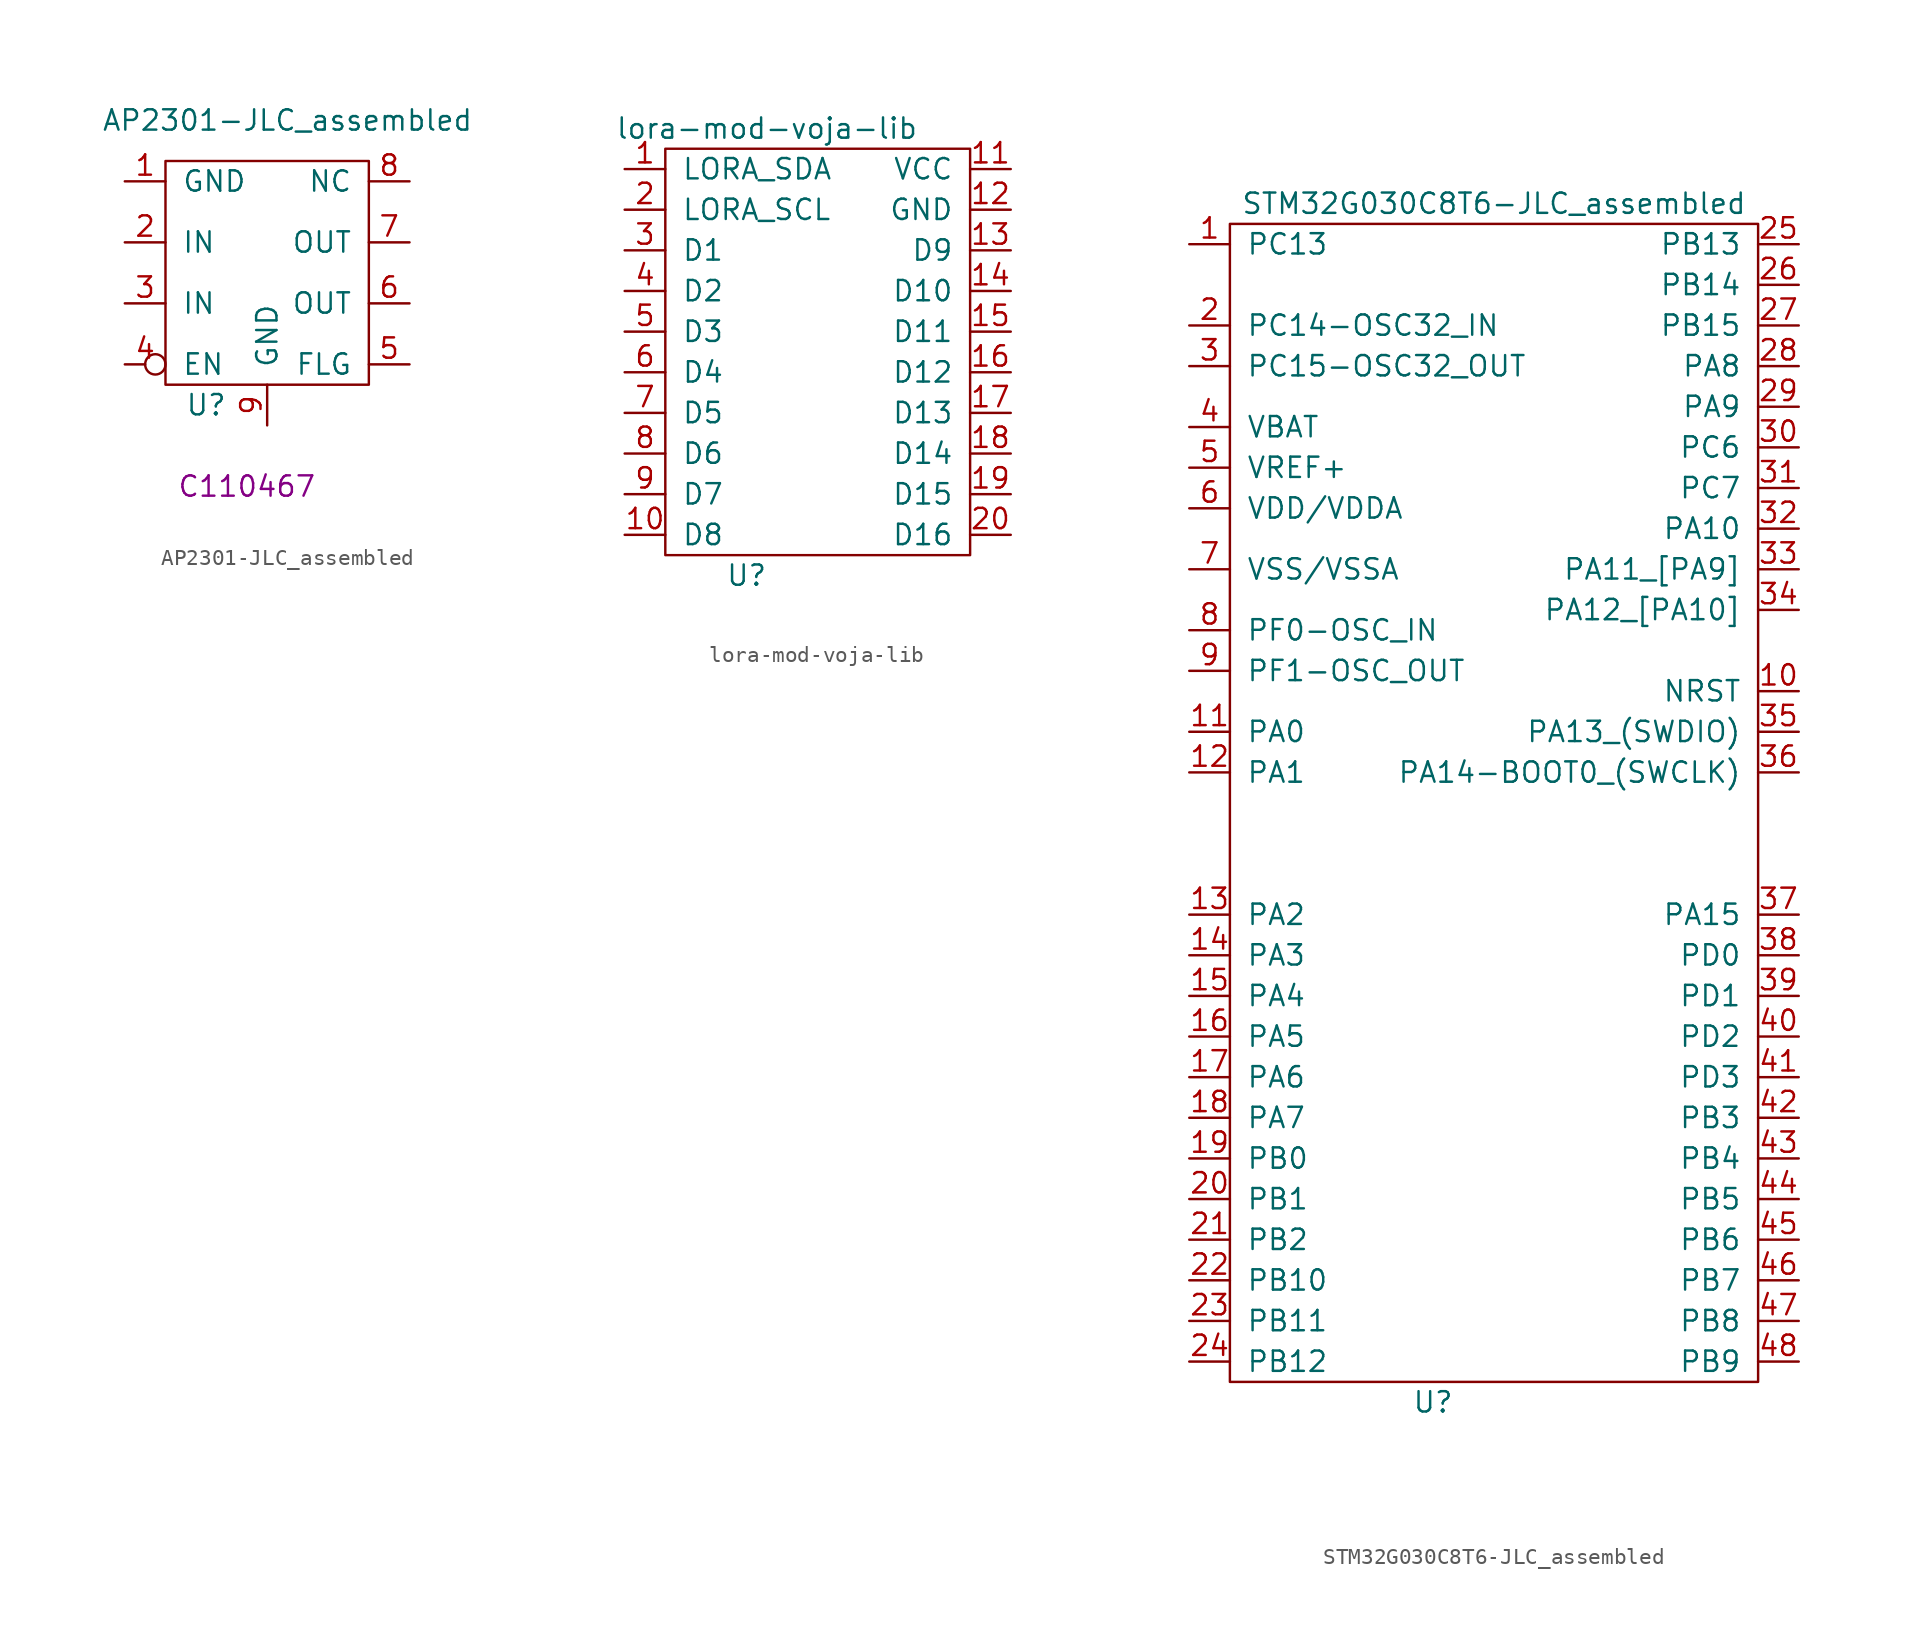
<source format=kicad_sym>
(kicad_symbol_lib
  (version 20231120)
  (generator "kicad_symbol_editor")
  (generator_version "8.0")
  (symbol "AP2301-JLC_assembled"
    (pin_names
      (offset 1.016))
    (property "Reference" "U"
      (at -2.54 -7.62 0)
      (effects (font (size 1.27 1.27))))
    (property "Value" "AP2301-JLC_assembled"
      (at 2.54 10.16 0)
      (effects (font (size 1.27 1.27))))
    (property "Description" "C110467"
      (at 0 -12.7 0)
      (effects (font (size 1.27 1.27))))
    (symbol "AP2301-JLC_assembled_0_1"
      (rectangle (start 7.62 -6.35) (end -5.08 7.62) (stroke (width 0) (type solid)) (fill (type none))))
    (symbol "AP2301-JLC_assembled_1_1"
      (pin power_in line (at -7.62 6.35 0) (length 2.54) (name "GND" (effects (font (size 1.27 1.27)))) (number "1" (effects (font (size 1.27 1.27)))))
      (pin power_in line (at -7.62 2.54 0) (length 2.54) (name "IN" (effects (font (size 1.27 1.27)))) (number "2" (effects (font (size 1.27 1.27)))))
      (pin power_in line (at -7.62 -1.27 0) (length 2.54) (name "IN" (effects (font (size 1.27 1.27)))) (number "3" (effects (font (size 1.27 1.27)))))
      (pin input inverted (at -7.62 -5.08 0) (length 2.54) (name "EN" (effects (font (size 1.27 1.27)))) (number "4" (effects (font (size 1.27 1.27)))))
      (pin output line (at 10.16 -5.08 180) (length 2.54) (name "FLG" (effects (font (size 1.27 1.27)))) (number "5" (effects (font (size 1.27 1.27)))))
      (pin power_out line (at 10.16 -1.27 180) (length 2.54) (name "OUT" (effects (font (size 1.27 1.27)))) (number "6" (effects (font (size 1.27 1.27)))))
      (pin power_out line (at 10.16 2.54 180) (length 2.54) (name "OUT" (effects (font (size 1.27 1.27)))) (number "7" (effects (font (size 1.27 1.27)))))
      (pin passive line (at 10.16 6.35 180) (length 2.54) (name "NC" (effects (font (size 1.27 1.27)))) (number "8" (effects (font (size 1.27 1.27)))))
      (pin power_in line (at 1.27 -8.89 90) (length 2.54) (name "GND" (effects (font (size 1.27 1.27)))) (number "9" (effects (font (size 1.27 1.27)))))))
  (symbol "lora-mod-voja-lib"
    (pin_names
      (offset 1.016))
    (property "Reference" "U"
      (at -5.08 -16.51 0)
      (effects (font (size 1.27 1.27))))
    (property "Value" "lora-mod-voja-lib"
      (at -3.81 11.43 0)
      (effects (font (size 1.27 1.27))))
    (symbol "lora-mod-voja-lib_0_1"
      (rectangle (start 8.89 -15.24) (end -10.16 10.16) (stroke (width 0) (type solid)) (fill (type none))))
    (symbol "lora-mod-voja-lib_1_1"
      (pin power_out line (at -12.7 8.89 0) (length 2.54) (name "LORA_SDA" (effects (font (size 1.27 1.27)))) (number "1" (effects (font (size 1.27 1.27)))))
      (pin power_out line (at -12.7 -13.97 0) (length 2.54) (name "D8" (effects (font (size 1.27 1.27)))) (number "10" (effects (font (size 1.27 1.27)))))
      (pin power_out line (at 11.43 8.89 180) (length 2.54) (name "VCC" (effects (font (size 1.27 1.27)))) (number "11" (effects (font (size 1.27 1.27)))))
      (pin power_out line (at 11.43 6.35 180) (length 2.54) (name "GND" (effects (font (size 1.27 1.27)))) (number "12" (effects (font (size 1.27 1.27)))))
      (pin power_out line (at 11.43 3.81 180) (length 2.54) (name "D9" (effects (font (size 1.27 1.27)))) (number "13" (effects (font (size 1.27 1.27)))))
      (pin power_out line (at 11.43 1.27 180) (length 2.54) (name "D10" (effects (font (size 1.27 1.27)))) (number "14" (effects (font (size 1.27 1.27)))))
      (pin power_out line (at 11.43 -1.27 180) (length 2.54) (name "D11" (effects (font (size 1.27 1.27)))) (number "15" (effects (font (size 1.27 1.27)))))
      (pin power_out line (at 11.43 -3.81 180) (length 2.54) (name "D12" (effects (font (size 1.27 1.27)))) (number "16" (effects (font (size 1.27 1.27)))))
      (pin power_out line (at 11.43 -6.35 180) (length 2.54) (name "D13" (effects (font (size 1.27 1.27)))) (number "17" (effects (font (size 1.27 1.27)))))
      (pin power_out line (at 11.43 -8.89 180) (length 2.54) (name "D14" (effects (font (size 1.27 1.27)))) (number "18" (effects (font (size 1.27 1.27)))))
      (pin power_out line (at 11.43 -11.43 180) (length 2.54) (name "D15" (effects (font (size 1.27 1.27)))) (number "19" (effects (font (size 1.27 1.27)))))
      (pin power_out line (at -12.7 6.35 0) (length 2.54) (name "LORA_SCL" (effects (font (size 1.27 1.27)))) (number "2" (effects (font (size 1.27 1.27)))))
      (pin power_out line (at 11.43 -13.97 180) (length 2.54) (name "D16" (effects (font (size 1.27 1.27)))) (number "20" (effects (font (size 1.27 1.27)))))
      (pin power_out line (at -12.7 3.81 0) (length 2.54) (name "D1" (effects (font (size 1.27 1.27)))) (number "3" (effects (font (size 1.27 1.27)))))
      (pin power_out line (at -12.7 1.27 0) (length 2.54) (name "D2" (effects (font (size 1.27 1.27)))) (number "4" (effects (font (size 1.27 1.27)))))
      (pin power_out line (at -12.7 -1.27 0) (length 2.54) (name "D3" (effects (font (size 1.27 1.27)))) (number "5" (effects (font (size 1.27 1.27)))))
      (pin power_out line (at -12.7 -3.81 0) (length 2.54) (name "D4" (effects (font (size 1.27 1.27)))) (number "6" (effects (font (size 1.27 1.27)))))
      (pin power_out line (at -12.7 -6.35 0) (length 2.54) (name "D5" (effects (font (size 1.27 1.27)))) (number "7" (effects (font (size 1.27 1.27)))))
      (pin power_out line (at -12.7 -8.89 0) (length 2.54) (name "D6" (effects (font (size 1.27 1.27)))) (number "8" (effects (font (size 1.27 1.27)))))
      (pin power_out line (at -12.7 -11.43 0) (length 2.54) (name "D7" (effects (font (size 1.27 1.27)))) (number "9" (effects (font (size 1.27 1.27)))))))
  (symbol "STM32G030C8T6-JLC_assembled"
    (pin_names
      (offset 1.016))
    (property "Reference" "U"
      (at -3.81 -36.83 0)
      (effects (font (size 1.27 1.27))))
    (property "Value" "STM32G030C8T6-JLC_assembled"
      (at 0 38.1 0)
      (effects (font (size 1.27 1.27))))
    (symbol "STM32G030C8T6-JLC_assembled_0_0"
      (pin unspecified line (at -19.05 35.56 0) (length 2.54) (name "PC13" (effects (font (size 1.27 1.27)))) (number "1" (effects (font (size 1.27 1.27)))))
      (pin unspecified line (at 19.05 7.62 180) (length 2.54) (name "NRST" (effects (font (size 1.27 1.27)))) (number "10" (effects (font (size 1.27 1.27)))))
      (pin unspecified line (at -19.05 5.08 0) (length 2.54) (name "PA0" (effects (font (size 1.27 1.27)))) (number "11" (effects (font (size 1.27 1.27)))))
      (pin unspecified line (at -19.05 2.54 0) (length 2.54) (name "PA1" (effects (font (size 1.27 1.27)))) (number "12" (effects (font (size 1.27 1.27)))))
      (pin unspecified line (at -19.05 -6.35 0) (length 2.54) (name "PA2" (effects (font (size 1.27 1.27)))) (number "13" (effects (font (size 1.27 1.27)))))
      (pin unspecified line (at -19.05 -8.89 0) (length 2.54) (name "PA3" (effects (font (size 1.27 1.27)))) (number "14" (effects (font (size 1.27 1.27)))))
      (pin unspecified line (at -19.05 -11.43 0) (length 2.54) (name "PA4" (effects (font (size 1.27 1.27)))) (number "15" (effects (font (size 1.27 1.27)))))
      (pin unspecified line (at -19.05 -13.97 0) (length 2.54) (name "PA5" (effects (font (size 1.27 1.27)))) (number "16" (effects (font (size 1.27 1.27)))))
      (pin unspecified line (at -19.05 -16.51 0) (length 2.54) (name "PA6" (effects (font (size 1.27 1.27)))) (number "17" (effects (font (size 1.27 1.27)))))
      (pin unspecified line (at -19.05 -19.05 0) (length 2.54) (name "PA7" (effects (font (size 1.27 1.27)))) (number "18" (effects (font (size 1.27 1.27)))))
      (pin unspecified line (at -19.05 -21.59 0) (length 2.54) (name "PB0" (effects (font (size 1.27 1.27)))) (number "19" (effects (font (size 1.27 1.27)))))
      (pin unspecified line (at -19.05 30.48 0) (length 2.54) (name "PC14-OSC32_IN" (effects (font (size 1.27 1.27)))) (number "2" (effects (font (size 1.27 1.27)))))
      (pin unspecified line (at -19.05 -24.13 0) (length 2.54) (name "PB1" (effects (font (size 1.27 1.27)))) (number "20" (effects (font (size 1.27 1.27)))))
      (pin unspecified line (at -19.05 -26.67 0) (length 2.54) (name "PB2" (effects (font (size 1.27 1.27)))) (number "21" (effects (font (size 1.27 1.27)))))
      (pin unspecified line (at -19.05 -29.21 0) (length 2.54) (name "PB10" (effects (font (size 1.27 1.27)))) (number "22" (effects (font (size 1.27 1.27)))))
      (pin unspecified line (at -19.05 -31.75 0) (length 2.54) (name "PB11" (effects (font (size 1.27 1.27)))) (number "23" (effects (font (size 1.27 1.27)))))
      (pin unspecified line (at -19.05 -34.29 0) (length 2.54) (name "PB12" (effects (font (size 1.27 1.27)))) (number "24" (effects (font (size 1.27 1.27)))))
      (pin unspecified line (at 19.05 35.56 180) (length 2.54) (name "PB13" (effects (font (size 1.27 1.27)))) (number "25" (effects (font (size 1.27 1.27)))))
      (pin unspecified line (at 19.05 33.02 180) (length 2.54) (name "PB14" (effects (font (size 1.27 1.27)))) (number "26" (effects (font (size 1.27 1.27)))))
      (pin unspecified line (at 19.05 30.48 180) (length 2.54) (name "PB15" (effects (font (size 1.27 1.27)))) (number "27" (effects (font (size 1.27 1.27)))))
      (pin unspecified line (at 19.05 27.94 180) (length 2.54) (name "PA8" (effects (font (size 1.27 1.27)))) (number "28" (effects (font (size 1.27 1.27)))))
      (pin unspecified line (at 19.05 25.4 180) (length 2.54) (name "PA9" (effects (font (size 1.27 1.27)))) (number "29" (effects (font (size 1.27 1.27)))))
      (pin unspecified line (at -19.05 27.94 0) (length 2.54) (name "PC15-OSC32_OUT" (effects (font (size 1.27 1.27)))) (number "3" (effects (font (size 1.27 1.27)))))
      (pin unspecified line (at 19.05 22.86 180) (length 2.54) (name "PC6" (effects (font (size 1.27 1.27)))) (number "30" (effects (font (size 1.27 1.27)))))
      (pin unspecified line (at 19.05 20.32 180) (length 2.54) (name "PC7" (effects (font (size 1.27 1.27)))) (number "31" (effects (font (size 1.27 1.27)))))
      (pin unspecified line (at 19.05 17.78 180) (length 2.54) (name "PA10" (effects (font (size 1.27 1.27)))) (number "32" (effects (font (size 1.27 1.27)))))
      (pin unspecified line (at 19.05 15.24 180) (length 2.54) (name "PA11_[PA9]" (effects (font (size 1.27 1.27)))) (number "33" (effects (font (size 1.27 1.27)))))
      (pin unspecified line (at 19.05 12.7 180) (length 2.54) (name "PA12_[PA10]" (effects (font (size 1.27 1.27)))) (number "34" (effects (font (size 1.27 1.27)))))
      (pin unspecified line (at 19.05 5.08 180) (length 2.54) (name "PA13_(SWDIO)" (effects (font (size 1.27 1.27)))) (number "35" (effects (font (size 1.27 1.27)))))
      (pin unspecified line (at 19.05 2.54 180) (length 2.54) (name "PA14-BOOT0_(SWCLK)" (effects (font (size 1.27 1.27)))) (number "36" (effects (font (size 1.27 1.27)))))
      (pin unspecified line (at 19.05 -6.35 180) (length 2.54) (name "PA15" (effects (font (size 1.27 1.27)))) (number "37" (effects (font (size 1.27 1.27)))))
      (pin unspecified line (at 19.05 -8.89 180) (length 2.54) (name "PD0" (effects (font (size 1.27 1.27)))) (number "38" (effects (font (size 1.27 1.27)))))
      (pin unspecified line (at 19.05 -11.43 180) (length 2.54) (name "PD1" (effects (font (size 1.27 1.27)))) (number "39" (effects (font (size 1.27 1.27)))))
      (pin unspecified line (at -19.05 24.13 0) (length 2.54) (name "VBAT" (effects (font (size 1.27 1.27)))) (number "4" (effects (font (size 1.27 1.27)))))
      (pin unspecified line (at 19.05 -13.97 180) (length 2.54) (name "PD2" (effects (font (size 1.27 1.27)))) (number "40" (effects (font (size 1.27 1.27)))))
      (pin unspecified line (at 19.05 -16.51 180) (length 2.54) (name "PD3" (effects (font (size 1.27 1.27)))) (number "41" (effects (font (size 1.27 1.27)))))
      (pin unspecified line (at 19.05 -19.05 180) (length 2.54) (name "PB3" (effects (font (size 1.27 1.27)))) (number "42" (effects (font (size 1.27 1.27)))))
      (pin unspecified line (at 19.05 -21.59 180) (length 2.54) (name "PB4" (effects (font (size 1.27 1.27)))) (number "43" (effects (font (size 1.27 1.27)))))
      (pin unspecified line (at 19.05 -24.13 180) (length 2.54) (name "PB5" (effects (font (size 1.27 1.27)))) (number "44" (effects (font (size 1.27 1.27)))))
      (pin unspecified line (at 19.05 -26.67 180) (length 2.54) (name "PB6" (effects (font (size 1.27 1.27)))) (number "45" (effects (font (size 1.27 1.27)))))
      (pin unspecified line (at 19.05 -29.21 180) (length 2.54) (name "PB7" (effects (font (size 1.27 1.27)))) (number "46" (effects (font (size 1.27 1.27)))))
      (pin unspecified line (at 19.05 -31.75 180) (length 2.54) (name "PB8" (effects (font (size 1.27 1.27)))) (number "47" (effects (font (size 1.27 1.27)))))
      (pin unspecified line (at 19.05 -34.29 180) (length 2.54) (name "PB9" (effects (font (size 1.27 1.27)))) (number "48" (effects (font (size 1.27 1.27)))))
      (pin unspecified line (at -19.05 21.59 0) (length 2.54) (name "VREF+" (effects (font (size 1.27 1.27)))) (number "5" (effects (font (size 1.27 1.27)))))
      (pin unspecified line (at -19.05 19.05 0) (length 2.54) (name "VDD/VDDA" (effects (font (size 1.27 1.27)))) (number "6" (effects (font (size 1.27 1.27)))))
      (pin unspecified line (at -19.05 15.24 0) (length 2.54) (name "VSS/VSSA" (effects (font (size 1.27 1.27)))) (number "7" (effects (font (size 1.27 1.27)))))
      (pin unspecified line (at -19.05 11.43 0) (length 2.54) (name "PF0-OSC_IN" (effects (font (size 1.27 1.27)))) (number "8" (effects (font (size 1.27 1.27)))))
      (pin unspecified line (at -19.05 8.89 0) (length 2.54) (name "PF1-OSC_OUT" (effects (font (size 1.27 1.27)))) (number "9" (effects (font (size 1.27 1.27))))))
    (symbol "STM32G030C8T6-JLC_assembled_0_1"
      (rectangle (start 16.51 -35.56) (end -16.51 36.83) (stroke (width 0) (type solid)) (fill (type none))))))
</source>
